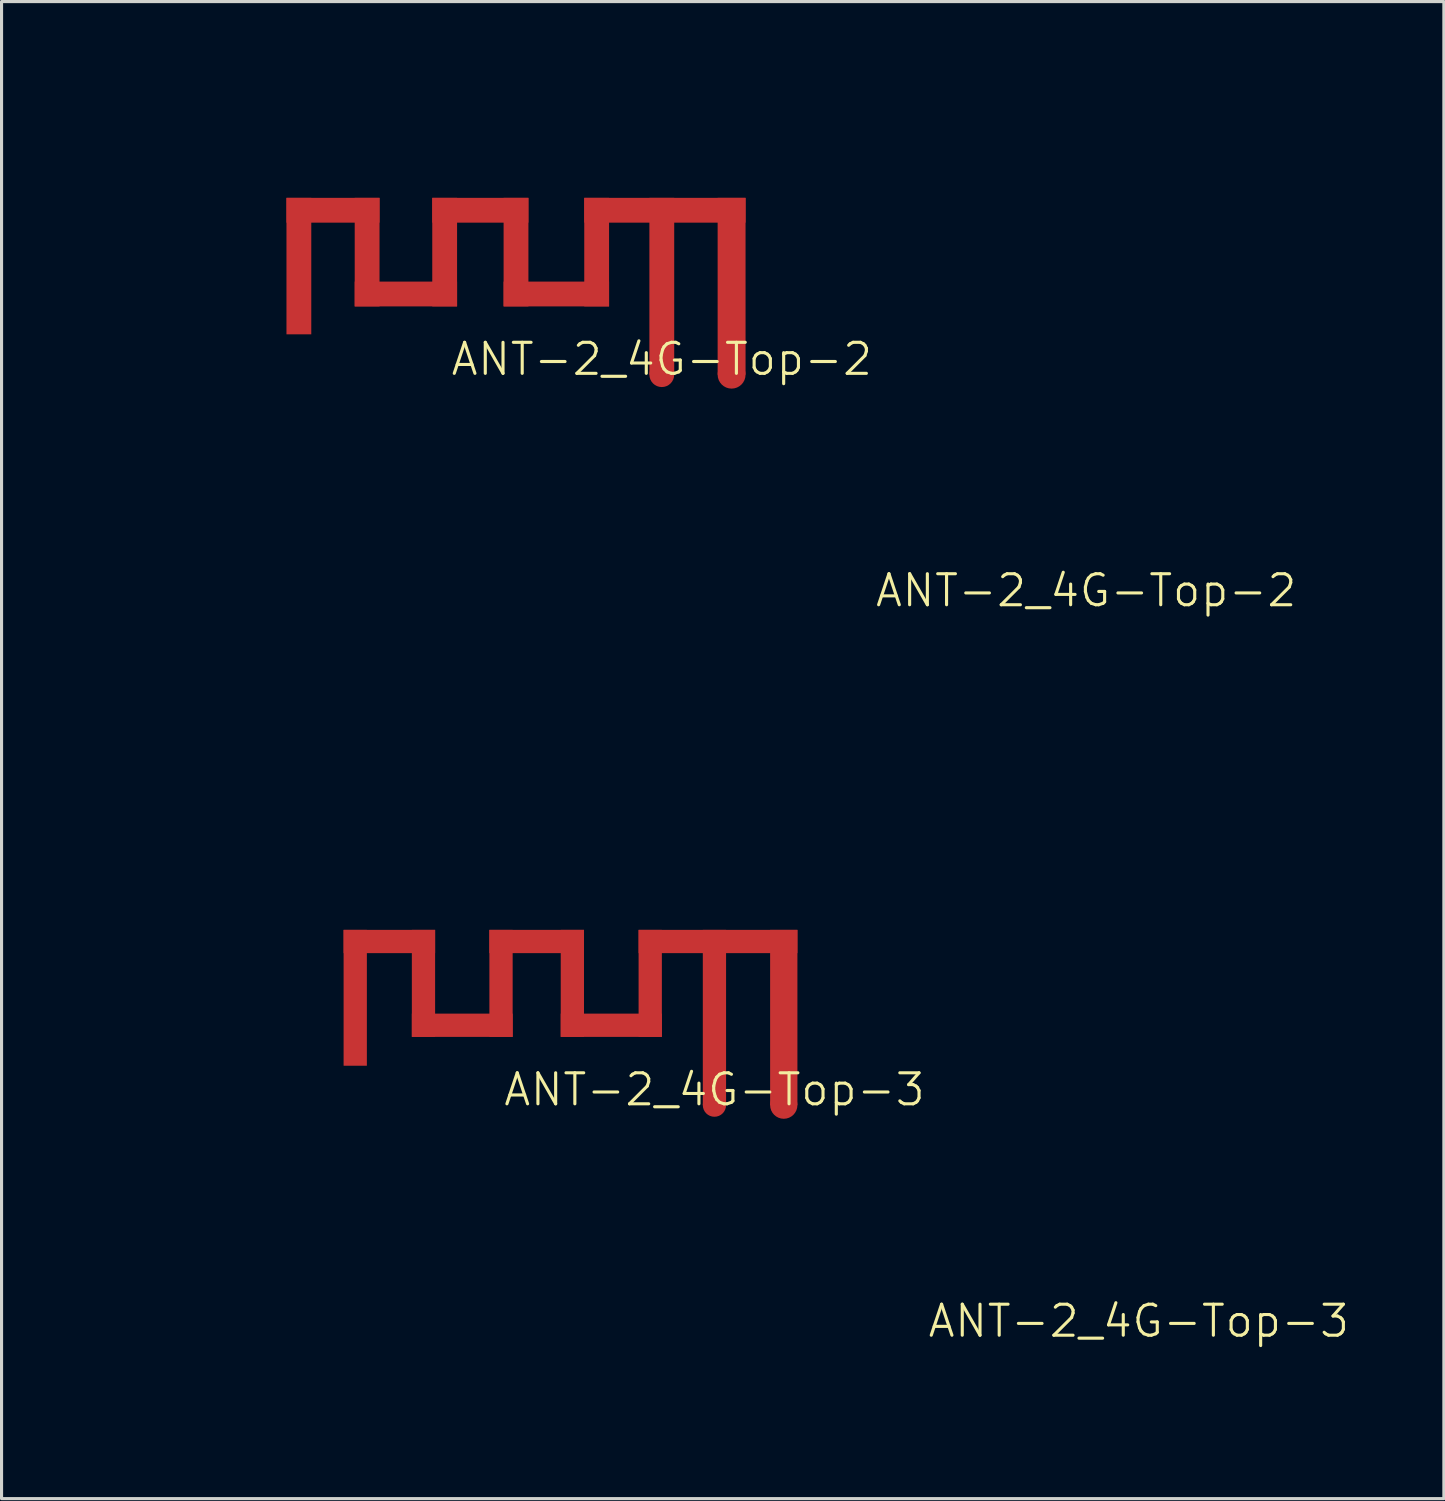
<source format=kicad_pcb>
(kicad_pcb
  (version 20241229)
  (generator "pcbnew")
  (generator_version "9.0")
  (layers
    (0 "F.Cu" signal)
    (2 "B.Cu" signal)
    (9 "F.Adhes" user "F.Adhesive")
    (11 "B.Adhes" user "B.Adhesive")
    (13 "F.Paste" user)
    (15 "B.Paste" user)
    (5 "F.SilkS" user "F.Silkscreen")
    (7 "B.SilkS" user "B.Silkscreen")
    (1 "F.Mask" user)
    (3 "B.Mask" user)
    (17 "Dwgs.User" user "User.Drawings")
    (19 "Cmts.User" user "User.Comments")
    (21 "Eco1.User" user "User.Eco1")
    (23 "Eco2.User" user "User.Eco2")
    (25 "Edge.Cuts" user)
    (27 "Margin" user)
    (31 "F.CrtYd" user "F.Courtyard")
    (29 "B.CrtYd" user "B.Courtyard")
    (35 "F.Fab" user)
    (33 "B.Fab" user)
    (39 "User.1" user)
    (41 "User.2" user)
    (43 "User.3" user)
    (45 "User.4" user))
  (footprint "ANT-2_4G-Top-2"
    (layer "F.Cu")
    (at 18.285 9.028)
    (property "Reference" "ANT-2_4G-Top-2" (at 0 -0.5 0) (unlocked yes) (layer "F.SilkS") (effects (font (size 1 1) (thickness 0.1))))
    (attr through_hole)
    (fp_text user "${REFERENCE}" (at 13.68 6.96 0) (unlocked yes) (layer "F.SilkS") (effects (font (size 1 1) (thickness 0.1))))
    (dimension (type orthogonal) (layer "User.2") (pts (xy 17.885 4.128) (xy 16.585 4.128)) (height -1.48) (orientation 0) (format (prefix "") (suffix "") (units 3) (units_format 0) (precision 4) (suppress_zeroes yes)) (style (thickness 0.1) (arrow_length 1.27) (text_position_mode 0) (arrow_direction outward) (extension_height 0.586) (extension_offset 0.5) (keep_text_aligned yes)) (gr_text "1.3" (at 17.235 1.498 0) (layer "User.2") (effects (font (size 1 1) (thickness 0.15)))))
    (dimension (type orthogonal) (layer "User.2") (pts (xy 18.685 4.128) (xy 20.085 4.128)) (height -2.13) (orientation 0) (format (prefix "") (suffix "") (units 3) (units_format 0) (precision 4) (suppress_zeroes yes)) (style (thickness 0.1) (arrow_length 1.27) (text_position_mode 0) (arrow_direction outward) (extension_height 0.586) (extension_offset 0.5) (keep_text_aligned yes)) (gr_text "1.4" (at 19.385 0.848 0) (layer "User.2") (effects (font (size 1 1) (thickness 0.15)))))
    (dimension (type orthogonal) (layer "User.2") (pts (xy 6.985 4.128) (xy 8.385 4.128)) (height -1.83) (orientation 0) (format (prefix "") (suffix "") (units 3) (units_format 0) (precision 4) (suppress_zeroes yes)) (style (thickness 0.1) (arrow_length 1.27) (text_position_mode 0) (arrow_direction outward) (extension_height 0.586) (extension_offset 0.5) (keep_text_aligned yes)) (gr_text "1.4" (at 7.685 1.148 0) (layer "User.2") (effects (font (size 1 1) (thickness 0.15)))))
    (dimension (type orthogonal) (layer "User.2") (pts (xy 9.185 6.028) (xy 10.885 6.028)) (height -3.73) (orientation 0) (format (prefix "") (suffix "") (units 3) (units_format 0) (precision 4) (suppress_zeroes yes)) (style (thickness 0.1) (arrow_length 1.27) (text_position_mode 0) (arrow_direction outward) (extension_height 0.586) (extension_offset 0.5) (keep_text_aligned yes)) (gr_text "1.7" (at 10.035 1.148 0) (layer "User.2") (effects (font (size 1 1) (thickness 0.15)))))
    (dimension (type orthogonal) (layer "User.2") (pts (xy 13.185 4.128) (xy 11.685 4.128)) (height -1.83) (orientation 0) (format (prefix "") (suffix "") (units 3) (units_format 0) (precision 4) (suppress_zeroes yes)) (style (thickness 0.1) (arrow_length 1.27) (text_position_mode 0) (arrow_direction outward) (extension_height 0.586) (extension_offset 0.5) (keep_text_aligned yes)) (gr_text "1.5" (at 12.435 1.148 0) (layer "User.2") (effects (font (size 1 1) (thickness 0.15)))))
    (dimension (type orthogonal) (layer "User.2") (pts (xy 17.885 4.128) (xy 18.685 4.128)) (height 7.09) (orientation 0) (format (prefix "") (suffix "") (units 3) (units_format 0) (precision 4) (suppress_zeroes yes)) (style (thickness 0.1) (arrow_length 1.27) (text_position_mode 0) (arrow_direction outward) (extension_height 0.586) (extension_offset 0.5) (keep_text_aligned yes)) (gr_text "0.8" (at 18.285 10.068 0) (layer "User.2") (effects (font (size 1 1) (thickness 0.15)))))
    (dimension (type orthogonal) (layer "User.2") (pts (xy 6.985 7.728) (xy 6.185 7.728)) (height 4.44) (orientation 0) (format (prefix "") (suffix "") (units 3) (units_format 0) (precision 4) (suppress_zeroes yes)) (style (thickness 0.1) (arrow_length 1.27) (text_position_mode 0) (arrow_direction outward) (extension_height 0.586) (extension_offset 0.5) (keep_text_aligned yes)) (gr_text "0.8" (at 6.585 11.018 0) (layer "User.2") (effects (font (size 1 1) (thickness 0.15)))))
    (dimension (type orthogonal) (layer "User.2") (pts (xy 20.985 3.328) (xy 20.985 9.028)) (height 2.14) (orientation 1) (format (prefix "") (suffix "") (units 3) (units_format 0) (precision 4) (suppress_zeroes yes)) (style (thickness 0.1) (arrow_length 1.27) (text_position_mode 0) (arrow_direction outward) (extension_height 0.586) (extension_offset 0.5) (keep_text_aligned yes)) (gr_text "5.7" (at 21.975 6.178 90) (layer "User.2") (effects (font (size 1 1) (thickness 0.15)))))
    (dimension (type orthogonal) (layer "User.2") (pts (xy 15.785 6.028) (xy 13.985 6.028)) (height -3.74) (orientation 0) (format (prefix "") (suffix "") (units 3) (units_format 0) (precision 4) (suppress_zeroes yes)) (style (thickness 0.1) (arrow_length 1.27) (text_position_mode 0) (arrow_direction outward) (extension_height 0.586) (extension_offset 0.5) (keep_text_aligned yes)) (gr_text "1.8" (at 14.885 1.138 0) (layer "User.2") (effects (font (size 1 1) (thickness 0.15)))))
    (dimension (type orthogonal) (layer "User.2") (pts (xy 20.085 9.028) (xy 20.985 9.028)) (height 2.2) (orientation 0) (format (prefix "") (suffix "") (units 3) (units_format 0) (precision 4) (suppress_zeroes yes)) (style (thickness 0.1) (arrow_length 1.27) (text_position_mode 0) (arrow_direction outward) (extension_height 0.586) (extension_offset 0.5) (keep_text_aligned yes)) (gr_text "0.9" (at 20.535 10.078 0) (layer "User.2") (effects (font (size 1 1) (thickness 0.15)))))
    (dimension (type orthogonal) (layer "User.2") (pts (xy 6.185 3.328) (xy 6.185 7.728)) (height -3.72) (orientation 1) (format (prefix "") (suffix "") (units 3) (units_format 0) (precision 4) (suppress_zeroes yes)) (style (thickness 0.1) (arrow_length 1.27) (text_position_mode 0) (arrow_direction outward) (extension_height 0.586) (extension_offset 0.5) (keep_text_aligned yes)) (gr_text "4.4" (at 1.315 5.528 90) (layer "User.2") (effects (font (size 1 1) (thickness 0.15)))))
    (dimension (type orthogonal) (layer "User.2") (pts (xy 9.185 3.328) (xy 8.385 6.828)) (height -3.83) (orientation 1) (format (prefix "") (suffix "") (units 3) (units_format 0) (precision 4) (suppress_zeroes yes)) (style (thickness 0.1) (arrow_length 1.27) (text_position_mode 0) (arrow_direction outward) (extension_height 0.586) (extension_offset 0.5) (keep_text_aligned yes)) (gr_text "3.5" (at 4.205 5.078 90) (layer "User.2") (effects (font (size 1 1) (thickness 0.15)))))
    (pad "" smd rect (at -11.7 -3.5) (size 0.8 4.4) (layers "F.Cu"))
    (pad "" smd rect (at -10.6 -5.3) (size 3 0.8) (layers "F.Cu"))
    (pad "" smd rect (at -9.5 -3.95) (size 0.8 3.5) (layers "F.Cu"))
    (pad "" smd rect (at -8.25 -2.6) (size 3.3 0.8) (layers "F.Cu"))
    (pad "" smd rect (at -7 -3.95) (size 0.8 3.5) (layers "F.Cu"))
    (pad "" smd rect (at -5.85 -5.3) (size 3.1 0.8) (layers "F.Cu"))
    (pad "" smd rect (at -4.7 -3.95) (size 0.8 3.5) (layers "F.Cu"))
    (pad "" smd rect (at -3.4 -2.6) (size 3.4 0.8) (layers "F.Cu"))
    (pad "" smd rect (at -2.1 -3.95) (size 0.8 3.5) (layers "F.Cu"))
    (pad "" smd rect (at 0 -2.85) (size 0.8 5.7) (layers "F.Cu"))
    (pad "" smd rect (at 0.1 -5.3) (size 5.2 0.8) (layers "F.Cu"))
    (pad "" smd rect (at 2.25 -2.85) (size 0.9 5.7) (layers "F.Cu"))
    (pad "1" smd circle (at 0 0) (size 0.8 0.8) (property pad_prop_heatsink) (layers "F.Cu"))
    (pad "2" smd circle (at 2.25 0) (size 0.9 0.9) (property pad_prop_heatsink) (layers "F.Cu"))
    (zone (net_name "") (layers "F.Cu" "B.Cu") (hatch edge 0.5) (connect_pads) (min_thickness 0.25) (filled_areas_thickness no) (keepout (tracks not_allowed) (vias not_allowed) (pads not_allowed) (copperpour not_allowed) (footprints not_allowed)) (placement (enabled no)) (fill) (polygon (pts (xy 4.785 3.028) (xy 4.785 9.028) (xy 22.785 9.028) (xy 22.785 3.028)))))
  (footprint "ANT-2_4G-Top-3"
    (layer "F.Cu")
    (at 19.982 32.577)
    (property "Reference" "ANT-2_4G-Top-3" (at 0 -0.5 0) (unlocked yes) (layer "F.SilkS") (effects (font (size 1 1) (thickness 0.1))))
    (attr through_hole)
    (fp_text user "${REFERENCE}" (at 13.68 6.96 0) (unlocked yes) (layer "F.SilkS") (effects (font (size 1 1) (thickness 0.1))))
    (dimension (type orthogonal) (layer "User.2") (pts (xy 22.657 26.927) (xy 22.657 32.577)) (height 2.675) (orientation 1) (format (prefix "") (suffix "") (units 3) (units_format 0) (precision 4) (suppress_zeroes yes)) (style (thickness 0.1) (arrow_length 1.27) (text_position_mode 0) (arrow_direction outward) (extension_height 0.586) (extension_offset 0.5) (keep_text_aligned yes)) (gr_text "5.65" (at 24.182 29.752 90) (layer "User.2") (effects (font (size 1 1) (thickness 0.15)))))
    (dimension (type orthogonal) (layer "User.2") (pts (xy 8.772 28.187) (xy 8.022 28.237)) (height 6.61) (orientation 0) (format (prefix "") (suffix "") (units 3) (units_format 0) (precision 4) (suppress_zeroes yes)) (style (thickness 0.1) (arrow_length 1.27) (text_position_mode 0) (arrow_direction outward) (extension_height 0.586) (extension_offset 0.5) (keep_text_aligned yes)) (gr_text "0.75" (at 8.397 33.647 0) (layer "User.2") (effects (font (size 1 1) (thickness 0.15)))))
    (dimension (type orthogonal) (layer "User.2") (pts (xy 15.777 26.927) (xy 12.727 26.927)) (height -2.52) (orientation 0) (format (prefix "") (suffix "") (units 3) (units_format 0) (precision 4) (suppress_zeroes yes)) (style (thickness 0.1) (arrow_length 1.27) (text_position_mode 0) (arrow_direction outward) (extension_height 0.586) (extension_offset 0.5) (keep_text_aligned yes)) (gr_text "3.05" (at 14.252 23.257 0) (layer "User.2") (effects (font (size 1 1) (thickness 0.15)))))
    (dimension (type orthogonal) (layer "User.2") (pts (xy 10.227 30.377) (xy 10.977 26.927)) (height -7.285) (orientation 1) (format (prefix "") (suffix "") (units 3) (units_format 0) (precision 4) (suppress_zeroes yes)) (style (thickness 0.1) (arrow_length 1.27) (text_position_mode 0) (arrow_direction outward) (extension_height 0.586) (extension_offset 0.5) (keep_text_aligned yes)) (gr_text "3.45" (at 1.792 28.652 90) (layer "User.2") (effects (font (size 1 1) (thickness 0.15)))))
    (dimension (type orthogonal) (layer "User.2") (pts (xy 8.027 26.927) (xy 8.027 31.307)) (height -2.265) (orientation 1) (format (prefix "") (suffix "") (units 3) (units_format 0) (precision 4) (suppress_zeroes yes)) (style (thickness 0.1) (arrow_length 1.27) (text_position_mode 0) (arrow_direction outward) (extension_height 0.586) (extension_offset 0.5) (keep_text_aligned yes)) (gr_text "4.38" (at 4.612 29.117 90) (layer "User.2") (effects (font (size 1 1) (thickness 0.15)))))
    (dimension (type orthogonal) (layer "User.2") (pts (xy 10.977 26.927) (xy 8.027 26.927)) (height -2.55) (orientation 0) (format (prefix "") (suffix "") (units 3) (units_format 0) (precision 4) (suppress_zeroes yes)) (style (thickness 0.1) (arrow_length 1.27) (text_position_mode 0) (arrow_direction outward) (extension_height 0.586) (extension_offset 0.5) (keep_text_aligned yes)) (gr_text "2.95" (at 9.502 23.227 0) (layer "User.2") (effects (font (size 1 1) (thickness 0.15)))))
    (dimension (type orthogonal) (layer "User.2") (pts (xy 10.227 30.377) (xy 13.477 30.377)) (height 2.39) (orientation 0) (format (prefix "") (suffix "") (units 3) (units_format 0) (precision 4) (suppress_zeroes yes)) (style (thickness 0.1) (arrow_length 1.27) (text_position_mode 0) (arrow_direction outward) (extension_height 0.586) (extension_offset 0.5) (keep_text_aligned yes)) (gr_text "3.25" (at 11.852 31.617 0) (layer "User.2") (effects (font (size 1 1) (thickness 0.15)))))
    (dimension (type orthogonal) (layer "User.2") (pts (xy 22.657 26.927) (xy 17.537 26.927)) (height -1.88) (orientation 0) (format (prefix "") (suffix "") (units 3) (units_format 0) (precision 4) (suppress_zeroes yes)) (style (thickness 0.1) (arrow_length 1.27) (text_position_mode 0) (arrow_direction outward) (extension_height 0.586) (extension_offset 0.5) (keep_text_aligned yes)) (gr_text "5.12" (at 20.097 23.897 0) (layer "User.2") (effects (font (size 1 1) (thickness 0.15)))))
    (dimension (type orthogonal) (layer "User.2") (pts (xy 19.602 27.677) (xy 20.352 27.677)) (height -5.93) (orientation 0) (format (prefix "") (suffix "") (units 3) (units_format 0) (precision 4) (suppress_zeroes yes)) (style (thickness 0.1) (arrow_length 1.27) (text_position_mode 0) (arrow_direction outward) (extension_height 0.586) (extension_offset 0.5) (keep_text_aligned yes)) (gr_text "0.75" (at 19.977 20.597 0) (layer "User.2") (effects (font (size 1 1) (thickness 0.15)))))
    (dimension (type orthogonal) (layer "User.2") (pts (xy 18.282 27.677) (xy 19.602 27.677)) (height 8.18) (orientation 0) (format (prefix "") (suffix "") (units 3) (units_format 0) (precision 4) (suppress_zeroes yes)) (style (thickness 0.1) (arrow_length 1.27) (text_position_mode 0) (arrow_direction outward) (extension_height 0.586) (extension_offset 0.5) (keep_text_aligned yes)) (gr_text "1.32" (at 18.942 34.707 0) (layer "User.2") (effects (font (size 1 1) (thickness 0.15)))))
    (dimension (type orthogonal) (layer "User.2") (pts (xy 15.027 30.377) (xy 18.287 30.377)) (height 2.69) (orientation 0) (format (prefix "") (suffix "") (units 3) (units_format 0) (precision 4) (suppress_zeroes yes)) (style (thickness 0.1) (arrow_length 1.27) (text_position_mode 0) (arrow_direction outward) (extension_height 0.586) (extension_offset 0.5) (keep_text_aligned yes)) (gr_text "3.26" (at 16.657 31.917 0) (layer "User.2") (effects (font (size 1 1) (thickness 0.15)))))
    (dimension (type orthogonal) (layer "User.2") (pts (xy 20.352 27.677) (xy 21.772 27.677)) (height 10.36) (orientation 0) (format (prefix "") (suffix "") (units 3) (units_format 0) (precision 4) (suppress_zeroes yes)) (style (thickness 0.1) (arrow_length 1.27) (text_position_mode 0) (arrow_direction outward) (extension_height 0.586) (extension_offset 0.5) (keep_text_aligned yes)) (gr_text "1.42" (at 21.062 36.887 0) (layer "User.2") (effects (font (size 1 1) (thickness 0.15)))))
    (dimension (type orthogonal) (layer "User.2") (pts (xy 21.772 27.777) (xy 22.652 27.817)) (height 13.85) (orientation 0) (format (prefix "") (suffix "") (units 3) (units_format 0) (precision 4) (suppress_zeroes yes)) (style (thickness 0.1) (arrow_length 1.27) (text_position_mode 0) (arrow_direction outward) (extension_height 0.586) (extension_offset 0.5) (keep_text_aligned yes)) (gr_text "0.88" (at 22.212 40.477 0) (layer "User.2") (effects (font (size 1 1) (thickness 0.15)))))
    (pad "" smd rect (at -11.58 -3.46) (size 0.75 4.38) (layers "F.Cu"))
    (pad "" smd rect (at -10.48 -5.275) (size 2.95 0.75) (layers "F.Cu"))
    (pad "" smd rect (at -9.38 -3.925) (size 0.75 3.45) (layers "F.Cu"))
    (pad "" smd rect (at -8.13 -2.575) (size 3.25 0.75) (layers "F.Cu"))
    (pad "" smd rect (at -6.88 -3.925) (size 0.75 3.45) (layers "F.Cu"))
    (pad "" smd rect (at -5.73 -5.275) (size 3.05 0.75) (layers "F.Cu"))
    (pad "" smd rect (at -4.58 -3.925) (size 0.75 3.45) (layers "F.Cu"))
    (pad "" smd rect (at -3.325 -2.575) (size 3.26 0.75) (layers "F.Cu"))
    (pad "" smd rect (at -2.07 -3.925) (size 0.75 3.45) (layers "F.Cu"))
    (pad "" smd rect (at 0 -2.825) (size 0.75 5.65) (layers "F.Cu"))
    (pad "" smd rect (at 0.115 -5.275) (size 5.12 0.75) (layers "F.Cu"))
    (pad "" smd rect (at 2.235 -2.825) (size 0.88 5.65) (layers "F.Cu"))
    (pad "1" smd circle (at 0 0) (size 0.75 0.75) (property pad_prop_heatsink) (layers "F.Cu"))
    (pad "2" smd circle (at 2.235 0) (size 0.88 0.88) (property pad_prop_heatsink) (layers "F.Cu"))
    (zone (net_name "") (layers "F.Cu" "B.Cu") (hatch edge 0.5) (connect_pads) (min_thickness 0.25) (filled_areas_thickness no) (keepout (tracks not_allowed) (vias not_allowed) (pads not_allowed) (copperpour not_allowed) (footprints not_allowed)) (placement (enabled no)) (fill) (polygon (pts (xy 6.482 26.577) (xy 6.482 32.577) (xy 24.482 32.577) (xy 24.482 26.577)))))
  (gr_rect
    (start -3 -3)
    (end 43.497 45.263)
    (stroke (width 0.1) (type default))
    (fill no)
    (layer "Edge.Cuts")))
</source>
